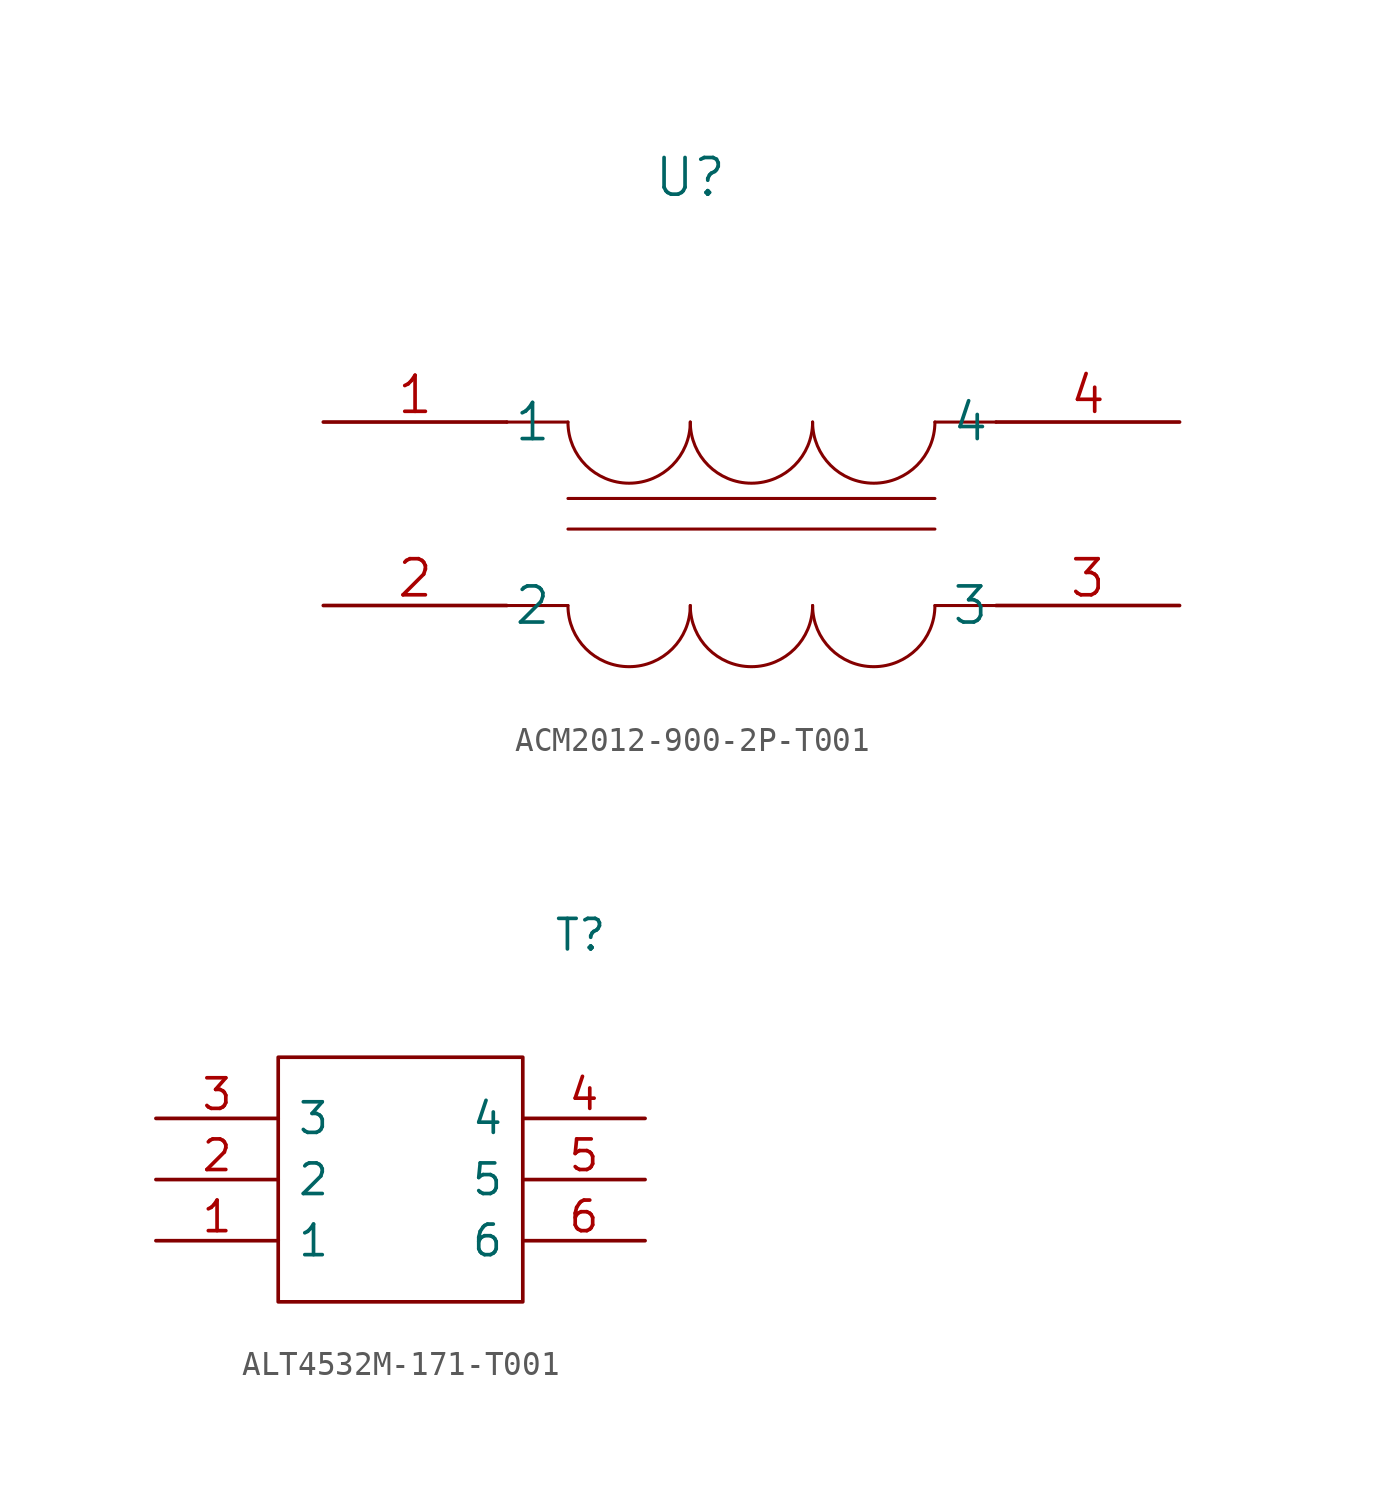
<source format=kicad_sym>
(kicad_symbol_lib
  (version 20211014)
  (generator kicad_symbol_editor)
  (symbol "ACM2012-900-2P-T001"
    (pin_names
      (offset 0.254))
    (property "Reference" "U"
      (at 20.32 10.16 0)
      (effects (font (size 1.524 1.524))))
    (property "MPN" ""
      (at 0 0 0)
      (effects (font (size 1.27 1.27))))
    (symbol "ACM2012-900-2P-T001_1_1"
      (polyline (pts (xy 12.7 -7.62) (xy 15.24 -7.62)) (stroke (width 0.127) (type default) (color 0 0 0 0)) (fill (type none)))
      (polyline (pts (xy 12.7 0) (xy 15.24 0)) (stroke (width 0.127) (type default) (color 0 0 0 0)) (fill (type none)))
      (polyline (pts (xy 15.24 -3.175) (xy 30.48 -3.175)) (stroke (width 0.127) (type default) (color 0 0 0 0)) (fill (type none)))
      (polyline (pts (xy 30.48 -4.445) (xy 15.24 -4.445)) (stroke (width 0.127) (type default) (color 0 0 0 0)) (fill (type none)))
      (polyline (pts (xy 33.02 -7.62) (xy 30.48 -7.62)) (stroke (width 0.127) (type default) (color 0 0 0 0)) (fill (type none)))
      (polyline (pts (xy 33.02 0) (xy 30.48 0)) (stroke (width 0.127) (type default) (color 0 0 0 0)) (fill (type none)))
      (arc (start 15.24 -7.62) (mid 17.78 -10.16) (end 20.32 -7.62) (stroke (width 0.127) (type default) (color 0 0 0 0)) (fill (type none)))
      (arc (start 15.24 0) (mid 17.78 -2.54) (end 20.32 0) (stroke (width 0.127) (type default) (color 0 0 0 0)) (fill (type none)))
      (arc (start 20.32 -7.62) (mid 22.86 -10.16) (end 25.4 -7.62) (stroke (width 0.127) (type default) (color 0 0 0 0)) (fill (type none)))
      (arc (start 20.32 0) (mid 22.86 -2.54) (end 25.4 0) (stroke (width 0.127) (type default) (color 0 0 0 0)) (fill (type none)))
      (arc (start 25.4 -7.62) (mid 27.94 -10.16) (end 30.48 -7.62) (stroke (width 0.127) (type default) (color 0 0 0 0)) (fill (type none)))
      (arc (start 25.4 0) (mid 27.94 -2.54) (end 30.48 0) (stroke (width 0.127) (type default) (color 0 0 0 0)) (fill (type none)))
      (pin unspecified line (at 5.08 0 0) (length 7.62) (name "1" (effects (font (size 1.499 1.499)))) (number "1" (effects (font (size 1.499 1.499)))))
      (pin unspecified line (at 5.08 -7.62 0) (length 7.62) (name "2" (effects (font (size 1.499 1.499)))) (number "2" (effects (font (size 1.499 1.499)))))
      (pin unspecified line (at 40.64 -7.62 180) (length 7.62) (name "3" (effects (font (size 1.499 1.499)))) (number "3" (effects (font (size 1.499 1.499)))))
      (pin unspecified line (at 40.64 0 180) (length 7.62) (name "4" (effects (font (size 1.499 1.499)))) (number "4" (effects (font (size 1.499 1.499)))))))
  (symbol "ALT4532M-171-T001"
    (pin_names
      (offset 0.762))
    (property "Reference" "T"
      (at 16.51 7.62 0)
      (effects (font (size 1.27 1.27)) (justify left)))
    (symbol "ALT4532M-171-T001_0_0"
      (pin passive line (at 0 -5.08 0) (length 5.08) (name "1" (effects (font (size 1.27 1.27)))) (number "1" (effects (font (size 1.27 1.27)))))
      (pin passive line (at 0 -2.54 0) (length 5.08) (name "2" (effects (font (size 1.27 1.27)))) (number "2" (effects (font (size 1.27 1.27)))))
      (pin passive line (at 0 0 0) (length 5.08) (name "3" (effects (font (size 1.27 1.27)))) (number "3" (effects (font (size 1.27 1.27)))))
      (pin passive line (at 20.32 0 180) (length 5.08) (name "4" (effects (font (size 1.27 1.27)))) (number "4" (effects (font (size 1.27 1.27)))))
      (pin passive line (at 20.32 -2.54 180) (length 5.08) (name "5" (effects (font (size 1.27 1.27)))) (number "5" (effects (font (size 1.27 1.27)))))
      (pin passive line (at 20.32 -5.08 180) (length 5.08) (name "6" (effects (font (size 1.27 1.27)))) (number "6" (effects (font (size 1.27 1.27))))))
    (symbol "ALT4532M-171-T001_0_1"
      (polyline (pts (xy 5.08 2.54) (xy 15.24 2.54) (xy 15.24 -7.62) (xy 5.08 -7.62) (xy 5.08 2.54)) (stroke (width 0.152) (type default) (color 0 0 0 0)) (fill (type none))))))
</source>
